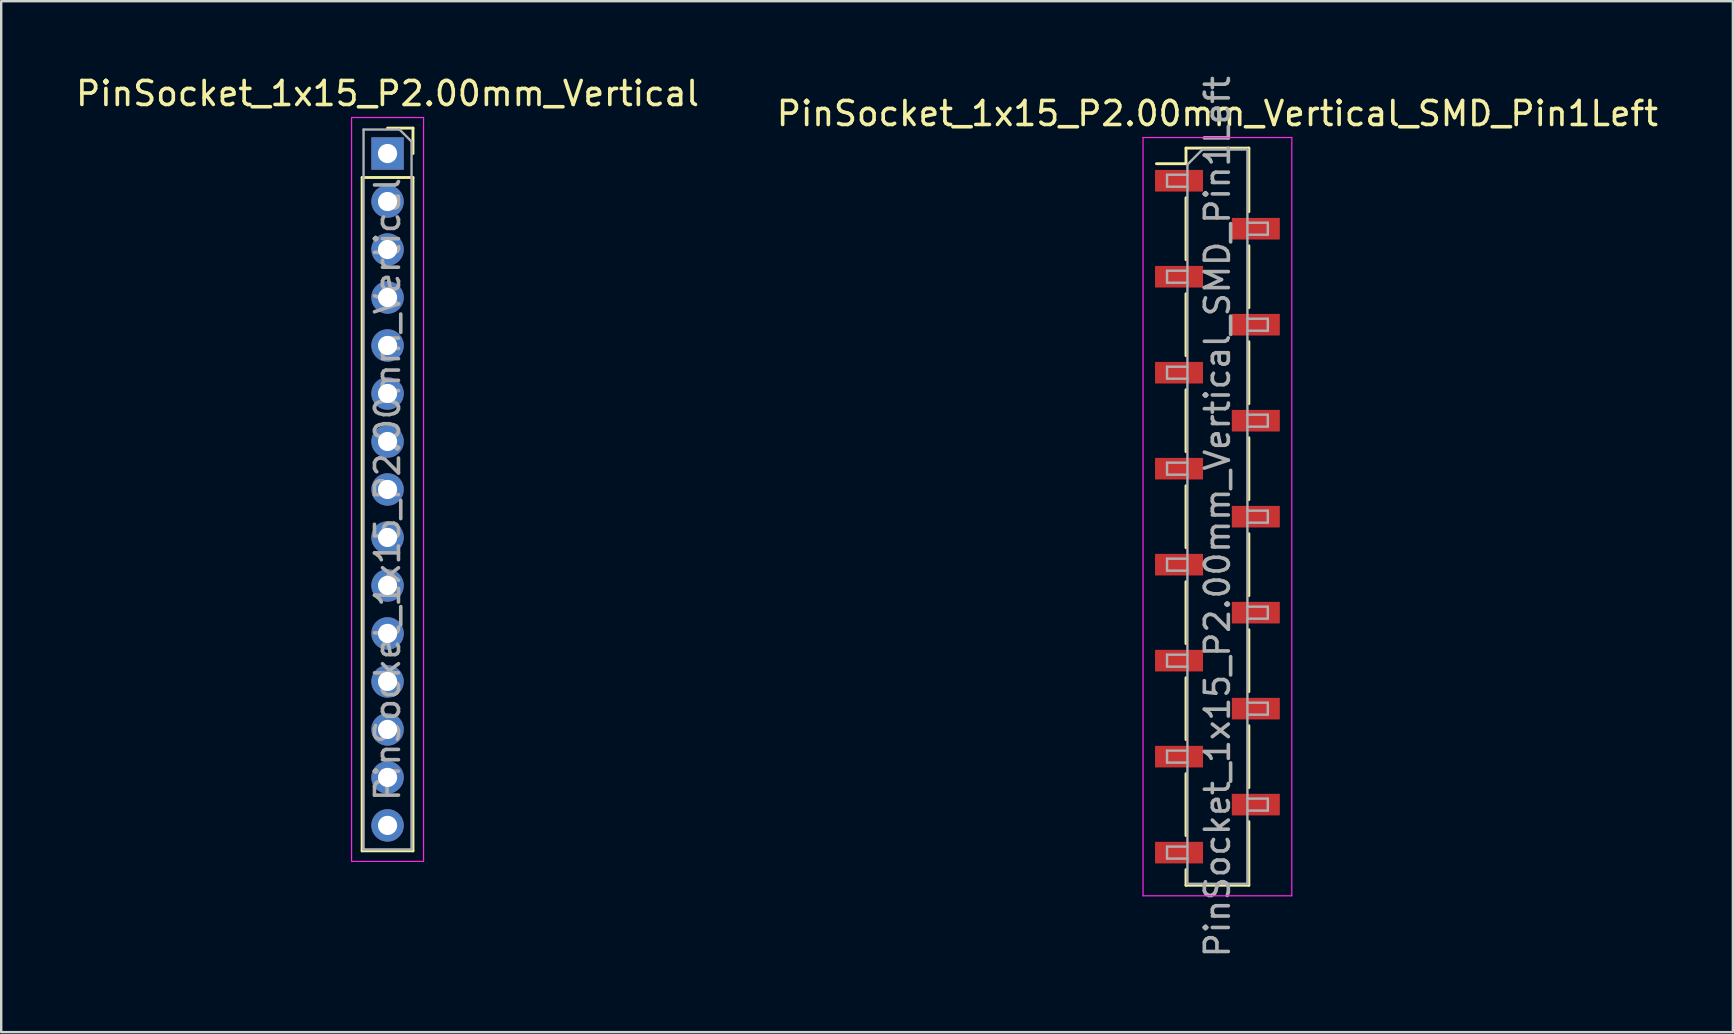
<source format=kicad_pcb>
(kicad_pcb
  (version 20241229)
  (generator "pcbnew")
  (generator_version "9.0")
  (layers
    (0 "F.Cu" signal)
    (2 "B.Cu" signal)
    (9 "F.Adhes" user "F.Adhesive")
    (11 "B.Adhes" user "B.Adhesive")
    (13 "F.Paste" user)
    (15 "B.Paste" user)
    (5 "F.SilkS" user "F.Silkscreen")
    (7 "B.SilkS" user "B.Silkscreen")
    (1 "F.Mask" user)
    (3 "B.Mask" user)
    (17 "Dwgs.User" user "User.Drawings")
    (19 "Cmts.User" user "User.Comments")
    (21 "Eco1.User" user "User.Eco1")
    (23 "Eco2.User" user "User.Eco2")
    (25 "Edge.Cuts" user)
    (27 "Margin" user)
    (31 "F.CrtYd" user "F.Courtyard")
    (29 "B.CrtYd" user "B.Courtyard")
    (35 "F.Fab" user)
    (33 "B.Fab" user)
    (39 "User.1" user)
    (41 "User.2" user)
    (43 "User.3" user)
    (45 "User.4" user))
  (footprint "PinSocket_1x15_P2.00mm_Vertical"
    (layer "F.Cu")
    (at 13.101 3.348)
    (property "Reference" "PinSocket_1x15_P2.00mm_Vertical" (at 0 -2.5 0) (layer "F.SilkS") (effects (font (size 1 1) (thickness 0.15))))
    (attr through_hole)
    (fp_line (start -1.06 1) (end -1.06 29.06) (stroke (width 0.12) (type solid)) (layer "F.SilkS"))
    (fp_line (start -1.06 1) (end 1.06 1) (stroke (width 0.12) (type solid)) (layer "F.SilkS"))
    (fp_line (start -1.06 29.06) (end 1.06 29.06) (stroke (width 0.12) (type solid)) (layer "F.SilkS"))
    (fp_line (start 0 -1.06) (end 1.06 -1.06) (stroke (width 0.12) (type solid)) (layer "F.SilkS"))
    (fp_line (start 1.06 -1.06) (end 1.06 0) (stroke (width 0.12) (type solid)) (layer "F.SilkS"))
    (fp_line (start 1.06 1) (end 1.06 29.06) (stroke (width 0.12) (type solid)) (layer "F.SilkS"))
    (fp_line (start -1.5 -1.5) (end 1.5 -1.5) (stroke (width 0.05) (type solid)) (layer "F.CrtYd"))
    (fp_line (start -1.5 29.5) (end -1.5 -1.5) (stroke (width 0.05) (type solid)) (layer "F.CrtYd"))
    (fp_line (start 1.5 -1.5) (end 1.5 29.5) (stroke (width 0.05) (type solid)) (layer "F.CrtYd"))
    (fp_line (start 1.5 29.5) (end -1.5 29.5) (stroke (width 0.05) (type solid)) (layer "F.CrtYd"))
    (fp_line (start -1 -1) (end 0.5 -1) (stroke (width 0.1) (type solid)) (layer "F.Fab"))
    (fp_line (start -1 29) (end -1 -1) (stroke (width 0.1) (type solid)) (layer "F.Fab"))
    (fp_line (start 0.5 -1) (end 1 -0.5) (stroke (width 0.1) (type solid)) (layer "F.Fab"))
    (fp_line (start 1 -0.5) (end 1 29) (stroke (width 0.1) (type solid)) (layer "F.Fab"))
    (fp_line (start 1 29) (end -1 29) (stroke (width 0.1) (type solid)) (layer "F.Fab"))
    (fp_text user "${REFERENCE}" (at 0 14 90) (layer "F.Fab") (effects (font (size 1 1) (thickness 0.15))))
    (pad "1" thru_hole rect (at 0 0) (size 1.35 1.35) (drill 0.8) (layers "*.Cu" "*.Mask"))
    (pad "2" thru_hole circle (at 0 2) (size 1.35 1.35) (drill 0.8) (layers "*.Cu" "*.Mask"))
    (pad "3" thru_hole circle (at 0 4) (size 1.35 1.35) (drill 0.8) (layers "*.Cu" "*.Mask"))
    (pad "4" thru_hole circle (at 0 6) (size 1.35 1.35) (drill 0.8) (layers "*.Cu" "*.Mask"))
    (pad "5" thru_hole circle (at 0 8) (size 1.35 1.35) (drill 0.8) (layers "*.Cu" "*.Mask"))
    (pad "6" thru_hole circle (at 0 10) (size 1.35 1.35) (drill 0.8) (layers "*.Cu" "*.Mask"))
    (pad "7" thru_hole circle (at 0 12) (size 1.35 1.35) (drill 0.8) (layers "*.Cu" "*.Mask"))
    (pad "8" thru_hole circle (at 0 14) (size 1.35 1.35) (drill 0.8) (layers "*.Cu" "*.Mask"))
    (pad "9" thru_hole circle (at 0 16) (size 1.35 1.35) (drill 0.8) (layers "*.Cu" "*.Mask"))
    (pad "10" thru_hole circle (at 0 18) (size 1.35 1.35) (drill 0.8) (layers "*.Cu" "*.Mask"))
    (pad "11" thru_hole circle (at 0 20) (size 1.35 1.35) (drill 0.8) (layers "*.Cu" "*.Mask"))
    (pad "12" thru_hole circle (at 0 22) (size 1.35 1.35) (drill 0.8) (layers "*.Cu" "*.Mask"))
    (pad "13" thru_hole circle (at 0 24) (size 1.35 1.35) (drill 0.8) (layers "*.Cu" "*.Mask"))
    (pad "14" thru_hole circle (at 0 26) (size 1.35 1.35) (drill 0.8) (layers "*.Cu" "*.Mask"))
    (pad "15" thru_hole circle (at 0 28) (size 1.35 1.35) (drill 0.8) (layers "*.Cu" "*.Mask")))
  (footprint "PinSocket_1x15_P2.00mm_Vertical_SMD_Pin1Left"
    (layer "F.Cu")
    (at 47.685 18.482)
    (property "Reference" "PinSocket_1x15_P2.00mm_Vertical_SMD_Pin1Left" (at 0 -16.8 0) (layer "F.SilkS") (effects (font (size 1 1) (thickness 0.15))))
    (attr smd)
    (fp_line (start -2.54 -14.71) (end -1.31 -14.71) (stroke (width 0.12) (type solid)) (layer "F.SilkS"))
    (fp_line (start -1.31 -15.36) (end -1.31 -14.71) (stroke (width 0.12) (type solid)) (layer "F.SilkS"))
    (fp_line (start -1.31 -15.36) (end 1.31 -15.36) (stroke (width 0.12) (type solid)) (layer "F.SilkS"))
    (fp_line (start -1.31 -13.29) (end -1.31 -10.71) (stroke (width 0.12) (type solid)) (layer "F.SilkS"))
    (fp_line (start -1.31 -9.29) (end -1.31 -6.71) (stroke (width 0.12) (type solid)) (layer "F.SilkS"))
    (fp_line (start -1.31 -5.29) (end -1.31 -2.71) (stroke (width 0.12) (type solid)) (layer "F.SilkS"))
    (fp_line (start -1.31 -1.29) (end -1.31 1.29) (stroke (width 0.12) (type solid)) (layer "F.SilkS"))
    (fp_line (start -1.31 2.71) (end -1.31 5.29) (stroke (width 0.12) (type solid)) (layer "F.SilkS"))
    (fp_line (start -1.31 6.71) (end -1.31 9.29) (stroke (width 0.12) (type solid)) (layer "F.SilkS"))
    (fp_line (start -1.31 10.71) (end -1.31 13.29) (stroke (width 0.12) (type solid)) (layer "F.SilkS"))
    (fp_line (start -1.31 14.71) (end -1.31 15.36) (stroke (width 0.12) (type solid)) (layer "F.SilkS"))
    (fp_line (start -1.31 15.36) (end 1.31 15.36) (stroke (width 0.12) (type solid)) (layer "F.SilkS"))
    (fp_line (start 1.31 -15.36) (end 1.31 -12.71) (stroke (width 0.12) (type solid)) (layer "F.SilkS"))
    (fp_line (start 1.31 -11.29) (end 1.31 -8.71) (stroke (width 0.12) (type solid)) (layer "F.SilkS"))
    (fp_line (start 1.31 -7.29) (end 1.31 -4.71) (stroke (width 0.12) (type solid)) (layer "F.SilkS"))
    (fp_line (start 1.31 -3.29) (end 1.31 -0.71) (stroke (width 0.12) (type solid)) (layer "F.SilkS"))
    (fp_line (start 1.31 0.71) (end 1.31 3.29) (stroke (width 0.12) (type solid)) (layer "F.SilkS"))
    (fp_line (start 1.31 4.71) (end 1.31 7.29) (stroke (width 0.12) (type solid)) (layer "F.SilkS"))
    (fp_line (start 1.31 8.71) (end 1.31 11.29) (stroke (width 0.12) (type solid)) (layer "F.SilkS"))
    (fp_line (start 1.31 12.71) (end 1.31 15.36) (stroke (width 0.12) (type solid)) (layer "F.SilkS"))
    (fp_line (start -3.1 -15.8) (end 3.1 -15.8) (stroke (width 0.05) (type solid)) (layer "F.CrtYd"))
    (fp_line (start -3.1 15.8) (end -3.1 -15.8) (stroke (width 0.05) (type solid)) (layer "F.CrtYd"))
    (fp_line (start 3.1 -15.8) (end 3.1 15.8) (stroke (width 0.05) (type solid)) (layer "F.CrtYd"))
    (fp_line (start 3.1 15.8) (end -3.1 15.8) (stroke (width 0.05) (type solid)) (layer "F.CrtYd"))
    (fp_line (start -2.1 -14.25) (end -1.25 -14.25) (stroke (width 0.1) (type solid)) (layer "F.Fab"))
    (fp_line (start -2.1 -13.75) (end -2.1 -14.25) (stroke (width 0.1) (type solid)) (layer "F.Fab"))
    (fp_line (start -2.1 -10.25) (end -1.25 -10.25) (stroke (width 0.1) (type solid)) (layer "F.Fab"))
    (fp_line (start -2.1 -9.75) (end -2.1 -10.25) (stroke (width 0.1) (type solid)) (layer "F.Fab"))
    (fp_line (start -2.1 -6.25) (end -1.25 -6.25) (stroke (width 0.1) (type solid)) (layer "F.Fab"))
    (fp_line (start -2.1 -5.75) (end -2.1 -6.25) (stroke (width 0.1) (type solid)) (layer "F.Fab"))
    (fp_line (start -2.1 -2.25) (end -1.25 -2.25) (stroke (width 0.1) (type solid)) (layer "F.Fab"))
    (fp_line (start -2.1 -1.75) (end -2.1 -2.25) (stroke (width 0.1) (type solid)) (layer "F.Fab"))
    (fp_line (start -2.1 1.75) (end -1.25 1.75) (stroke (width 0.1) (type solid)) (layer "F.Fab"))
    (fp_line (start -2.1 2.25) (end -2.1 1.75) (stroke (width 0.1) (type solid)) (layer "F.Fab"))
    (fp_line (start -2.1 5.75) (end -1.25 5.75) (stroke (width 0.1) (type solid)) (layer "F.Fab"))
    (fp_line (start -2.1 6.25) (end -2.1 5.75) (stroke (width 0.1) (type solid)) (layer "F.Fab"))
    (fp_line (start -2.1 9.75) (end -1.25 9.75) (stroke (width 0.1) (type solid)) (layer "F.Fab"))
    (fp_line (start -2.1 10.25) (end -2.1 9.75) (stroke (width 0.1) (type solid)) (layer "F.Fab"))
    (fp_line (start -2.1 13.75) (end -1.25 13.75) (stroke (width 0.1) (type solid)) (layer "F.Fab"))
    (fp_line (start -2.1 14.25) (end -2.1 13.75) (stroke (width 0.1) (type solid)) (layer "F.Fab"))
    (fp_line (start -1.25 -14.675) (end -0.625 -15.3) (stroke (width 0.1) (type solid)) (layer "F.Fab"))
    (fp_line (start -1.25 -13.75) (end -2.1 -13.75) (stroke (width 0.1) (type solid)) (layer "F.Fab"))
    (fp_line (start -1.25 -9.75) (end -2.1 -9.75) (stroke (width 0.1) (type solid)) (layer "F.Fab"))
    (fp_line (start -1.25 -5.75) (end -2.1 -5.75) (stroke (width 0.1) (type solid)) (layer "F.Fab"))
    (fp_line (start -1.25 -1.75) (end -2.1 -1.75) (stroke (width 0.1) (type solid)) (layer "F.Fab"))
    (fp_line (start -1.25 2.25) (end -2.1 2.25) (stroke (width 0.1) (type solid)) (layer "F.Fab"))
    (fp_line (start -1.25 6.25) (end -2.1 6.25) (stroke (width 0.1) (type solid)) (layer "F.Fab"))
    (fp_line (start -1.25 10.25) (end -2.1 10.25) (stroke (width 0.1) (type solid)) (layer "F.Fab"))
    (fp_line (start -1.25 14.25) (end -2.1 14.25) (stroke (width 0.1) (type solid)) (layer "F.Fab"))
    (fp_line (start -1.25 15.3) (end -1.25 -14.675) (stroke (width 0.1) (type solid)) (layer "F.Fab"))
    (fp_line (start -0.625 -15.3) (end 1.25 -15.3) (stroke (width 0.1) (type solid)) (layer "F.Fab"))
    (fp_line (start 1.25 -15.3) (end 1.25 15.3) (stroke (width 0.1) (type solid)) (layer "F.Fab"))
    (fp_line (start 1.25 -12.25) (end 2.1 -12.25) (stroke (width 0.1) (type solid)) (layer "F.Fab"))
    (fp_line (start 1.25 -8.25) (end 2.1 -8.25) (stroke (width 0.1) (type solid)) (layer "F.Fab"))
    (fp_line (start 1.25 -4.25) (end 2.1 -4.25) (stroke (width 0.1) (type solid)) (layer "F.Fab"))
    (fp_line (start 1.25 -0.25) (end 2.1 -0.25) (stroke (width 0.1) (type solid)) (layer "F.Fab"))
    (fp_line (start 1.25 3.75) (end 2.1 3.75) (stroke (width 0.1) (type solid)) (layer "F.Fab"))
    (fp_line (start 1.25 7.75) (end 2.1 7.75) (stroke (width 0.1) (type solid)) (layer "F.Fab"))
    (fp_line (start 1.25 11.75) (end 2.1 11.75) (stroke (width 0.1) (type solid)) (layer "F.Fab"))
    (fp_line (start 1.25 15.3) (end -1.25 15.3) (stroke (width 0.1) (type solid)) (layer "F.Fab"))
    (fp_line (start 2.1 -12.25) (end 2.1 -11.75) (stroke (width 0.1) (type solid)) (layer "F.Fab"))
    (fp_line (start 2.1 -11.75) (end 1.25 -11.75) (stroke (width 0.1) (type solid)) (layer "F.Fab"))
    (fp_line (start 2.1 -8.25) (end 2.1 -7.75) (stroke (width 0.1) (type solid)) (layer "F.Fab"))
    (fp_line (start 2.1 -7.75) (end 1.25 -7.75) (stroke (width 0.1) (type solid)) (layer "F.Fab"))
    (fp_line (start 2.1 -4.25) (end 2.1 -3.75) (stroke (width 0.1) (type solid)) (layer "F.Fab"))
    (fp_line (start 2.1 -3.75) (end 1.25 -3.75) (stroke (width 0.1) (type solid)) (layer "F.Fab"))
    (fp_line (start 2.1 -0.25) (end 2.1 0.25) (stroke (width 0.1) (type solid)) (layer "F.Fab"))
    (fp_line (start 2.1 0.25) (end 1.25 0.25) (stroke (width 0.1) (type solid)) (layer "F.Fab"))
    (fp_line (start 2.1 3.75) (end 2.1 4.25) (stroke (width 0.1) (type solid)) (layer "F.Fab"))
    (fp_line (start 2.1 4.25) (end 1.25 4.25) (stroke (width 0.1) (type solid)) (layer "F.Fab"))
    (fp_line (start 2.1 7.75) (end 2.1 8.25) (stroke (width 0.1) (type solid)) (layer "F.Fab"))
    (fp_line (start 2.1 8.25) (end 1.25 8.25) (stroke (width 0.1) (type solid)) (layer "F.Fab"))
    (fp_line (start 2.1 11.75) (end 2.1 12.25) (stroke (width 0.1) (type solid)) (layer "F.Fab"))
    (fp_line (start 2.1 12.25) (end 1.25 12.25) (stroke (width 0.1) (type solid)) (layer "F.Fab"))
    (fp_text user "${REFERENCE}" (at 0 0 90) (layer "F.Fab") (effects (font (size 1 1) (thickness 0.15))))
    (pad "1" smd rect (at -1.6 -14) (size 2 0.9) (layers "F.Cu" "F.Mask" "F.Paste"))
    (pad "2" smd rect (at 1.6 -12) (size 2 0.9) (layers "F.Cu" "F.Mask" "F.Paste"))
    (pad "3" smd rect (at -1.6 -10) (size 2 0.9) (layers "F.Cu" "F.Mask" "F.Paste"))
    (pad "4" smd rect (at 1.6 -8) (size 2 0.9) (layers "F.Cu" "F.Mask" "F.Paste"))
    (pad "5" smd rect (at -1.6 -6) (size 2 0.9) (layers "F.Cu" "F.Mask" "F.Paste"))
    (pad "6" smd rect (at 1.6 -4) (size 2 0.9) (layers "F.Cu" "F.Mask" "F.Paste"))
    (pad "7" smd rect (at -1.6 -2) (size 2 0.9) (layers "F.Cu" "F.Mask" "F.Paste"))
    (pad "8" smd rect (at 1.6 0) (size 2 0.9) (layers "F.Cu" "F.Mask" "F.Paste"))
    (pad "9" smd rect (at -1.6 2) (size 2 0.9) (layers "F.Cu" "F.Mask" "F.Paste"))
    (pad "10" smd rect (at 1.6 4) (size 2 0.9) (layers "F.Cu" "F.Mask" "F.Paste"))
    (pad "11" smd rect (at -1.6 6) (size 2 0.9) (layers "F.Cu" "F.Mask" "F.Paste"))
    (pad "12" smd rect (at 1.6 8) (size 2 0.9) (layers "F.Cu" "F.Mask" "F.Paste"))
    (pad "13" smd rect (at -1.6 10) (size 2 0.9) (layers "F.Cu" "F.Mask" "F.Paste"))
    (pad "14" smd rect (at 1.6 12) (size 2 0.9) (layers "F.Cu" "F.Mask" "F.Paste"))
    (pad "15" smd rect (at -1.6 14) (size 2 0.9) (layers "F.Cu" "F.Mask" "F.Paste")))
  (gr_rect
    (start -3 -3)
    (end 69.167 39.964)
    (stroke (width 0.1) (type default))
    (fill no)
    (layer "Edge.Cuts")))
</source>
